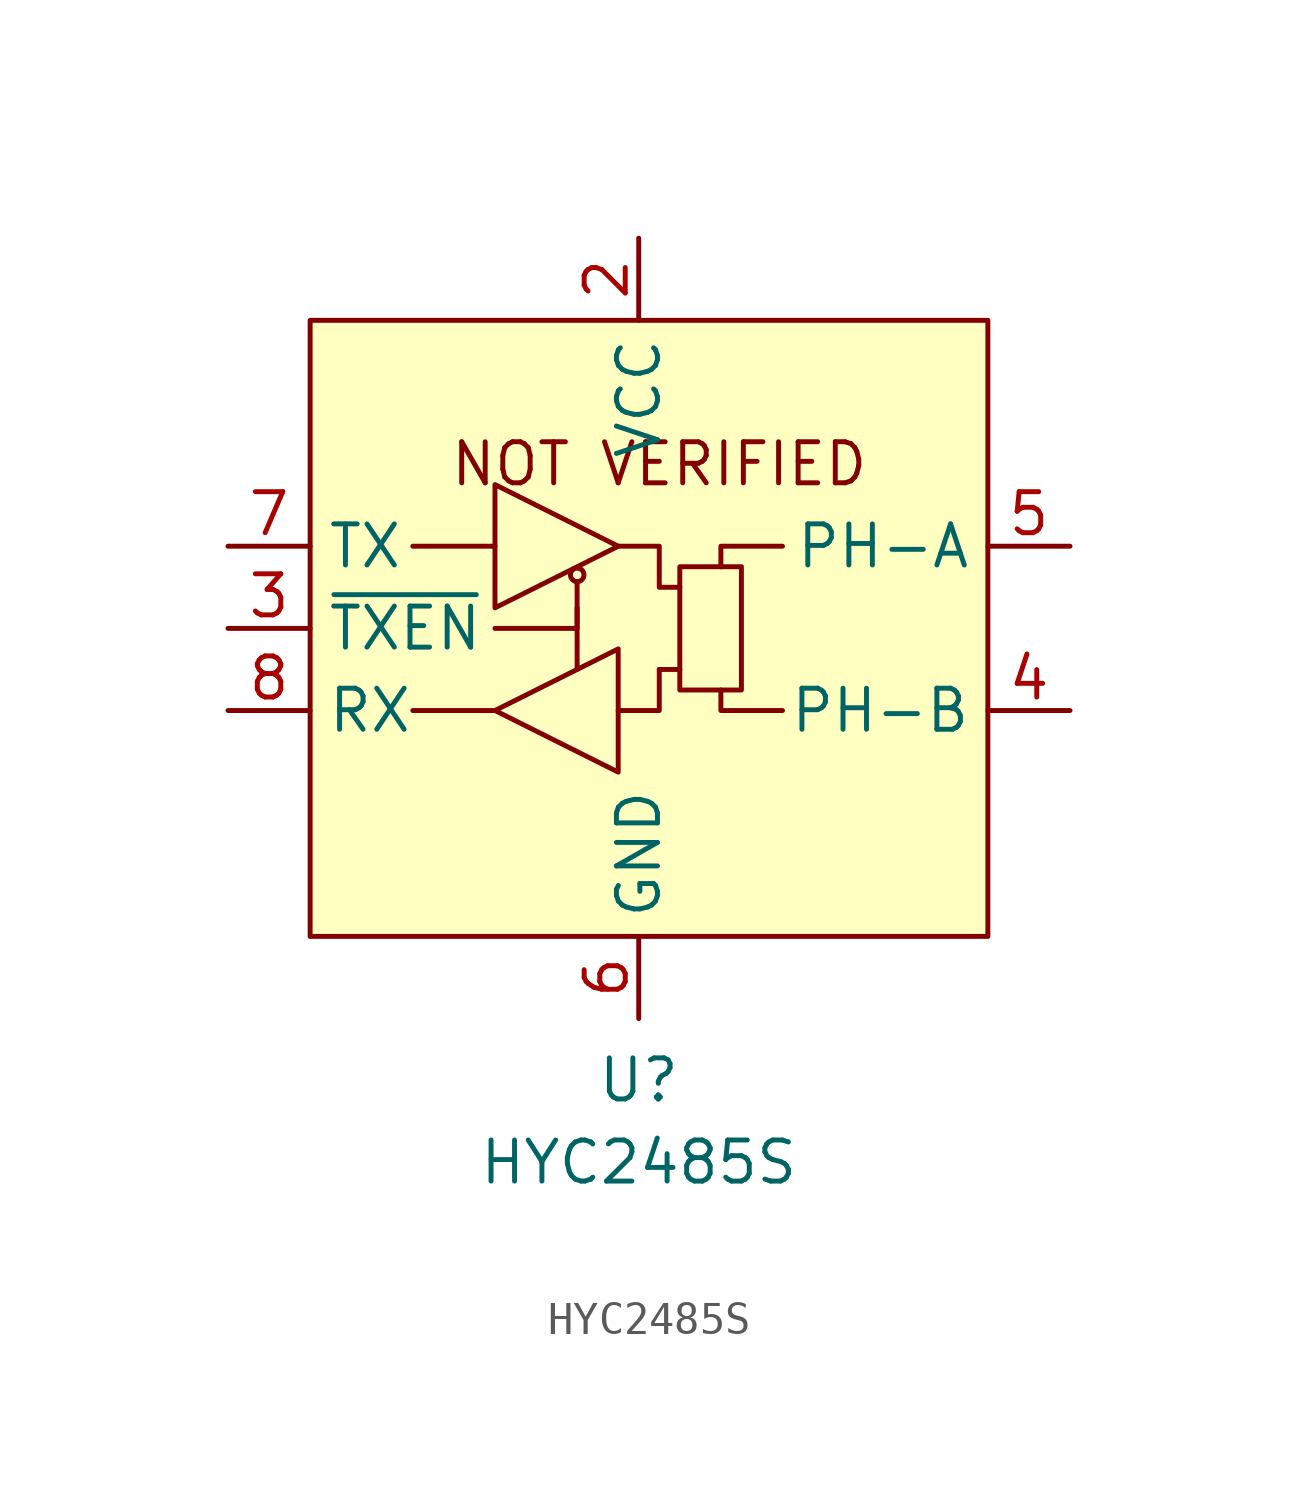
<source format=kicad_sym>
(kicad_symbol_lib
  (version 20211014)
  (generator kicad_symbol_editor)
  (symbol "HYC2485S"
    (property "Reference" "U"
      (at 0 -3.175 0)
      (effects (font (size 1.27 1.27))))
    (property "Value" "HYC2485S"
      (at 0 -5.715 0)
      (effects (font (size 1.27 1.27))))
    (symbol "HYC2485S_0_0"
      (text "NOT VERIFIED" (at 0.635 15.875 0) (effects (font (size 1.27 1.27)))))
    (symbol "HYC2485S_0_1"
      (rectangle (start -10.16 20.32) (end 10.795 1.27) (stroke (width 0) (type default) (color 0 0 0 0)) (fill (type background)))
      (circle (center -1.902 12.449) (radius 0.209) (stroke (width 0) (type default) (color 0 0 0 0)) (fill (type none)))
      (polyline (pts (xy -4.445 8.255) (xy -6.985 8.255)) (stroke (width 0) (type default) (color 0 0 0 0)) (fill (type none)))
      (polyline (pts (xy -4.445 13.335) (xy -6.985 13.335)) (stroke (width 0) (type default) (color 0 0 0 0)) (fill (type none)))
      (polyline (pts (xy -1.905 11.43) (xy -1.905 9.525)) (stroke (width 0) (type default) (color 0 0 0 0)) (fill (type none)))
      (polyline (pts (xy 1.27 9.525) (xy 0.635 9.525)) (stroke (width 0) (type default) (color 0 0 0 0)) (fill (type none)))
      (polyline (pts (xy -4.445 10.795) (xy -1.905 10.795) (xy -1.906 12.236)) (stroke (width 0) (type default) (color 0 0 0 0)) (fill (type none)))
      (polyline (pts (xy -0.635 8.255) (xy 0.635 8.255) (xy 0.635 9.525)) (stroke (width 0) (type default) (color 0 0 0 0)) (fill (type none)))
      (polyline (pts (xy 4.445 8.255) (xy 2.54 8.255) (xy 2.54 8.89)) (stroke (width 0) (type default) (color 0 0 0 0)) (fill (type none)))
      (polyline (pts (xy 4.445 13.335) (xy 2.54 13.335) (xy 2.54 12.7)) (stroke (width 0) (type default) (color 0 0 0 0)) (fill (type none)))
      (polyline (pts (xy -4.445 15.24) (xy -4.445 11.43) (xy -0.635 13.335) (xy -4.445 15.24)) (stroke (width 0) (type default) (color 0 0 0 0)) (fill (type none)))
      (polyline (pts (xy -0.635 6.35) (xy -0.635 10.16) (xy -4.445 8.255) (xy -0.635 6.35)) (stroke (width 0) (type default) (color 0 0 0 0)) (fill (type none)))
      (polyline (pts (xy -0.635 13.335) (xy 0.635 13.335) (xy 0.635 12.065) (xy 1.27 12.065)) (stroke (width 0) (type default) (color 0 0 0 0)) (fill (type none)))
      (rectangle (start 1.27 12.7) (end 3.175 8.89) (stroke (width 0) (type default) (color 0 0 0 0)) (fill (type none))))
    (symbol "HYC2485S_1_1"
      (pin no_connect line (at -6.35 20.955 0) (length 2.54) hide (name "" (effects (font (size 1.27 1.27)))) (number "1" (effects (font (size 1.27 1.27)))))
      (pin power_in line (at 0 22.86 270) (length 2.54) (name "VCC" (effects (font (size 1.27 1.27)))) (number "2" (effects (font (size 1.27 1.27)))))
      (pin passive line (at -12.7 10.795 0) (length 2.54) (name "~{TXEN}" (effects (font (size 1.27 1.27)))) (number "3" (effects (font (size 1.27 1.27)))))
      (pin passive line (at 13.335 8.255 180) (length 2.54) (name "PH-B" (effects (font (size 1.27 1.27)))) (number "4" (effects (font (size 1.27 1.27)))))
      (pin passive line (at 13.335 13.335 180) (length 2.54) (name "PH-A" (effects (font (size 1.27 1.27)))) (number "5" (effects (font (size 1.27 1.27)))))
      (pin power_in line (at 0 -1.27 90) (length 2.54) (name "GND" (effects (font (size 1.27 1.27)))) (number "6" (effects (font (size 1.27 1.27)))))
      (pin passive line (at -12.7 13.335 0) (length 2.54) (name "TX" (effects (font (size 1.27 1.27)))) (number "7" (effects (font (size 1.27 1.27)))))
      (pin passive line (at -12.7 8.255 0) (length 2.54) (name "RX" (effects (font (size 1.27 1.27)))) (number "8" (effects (font (size 1.27 1.27))))))))
</source>
